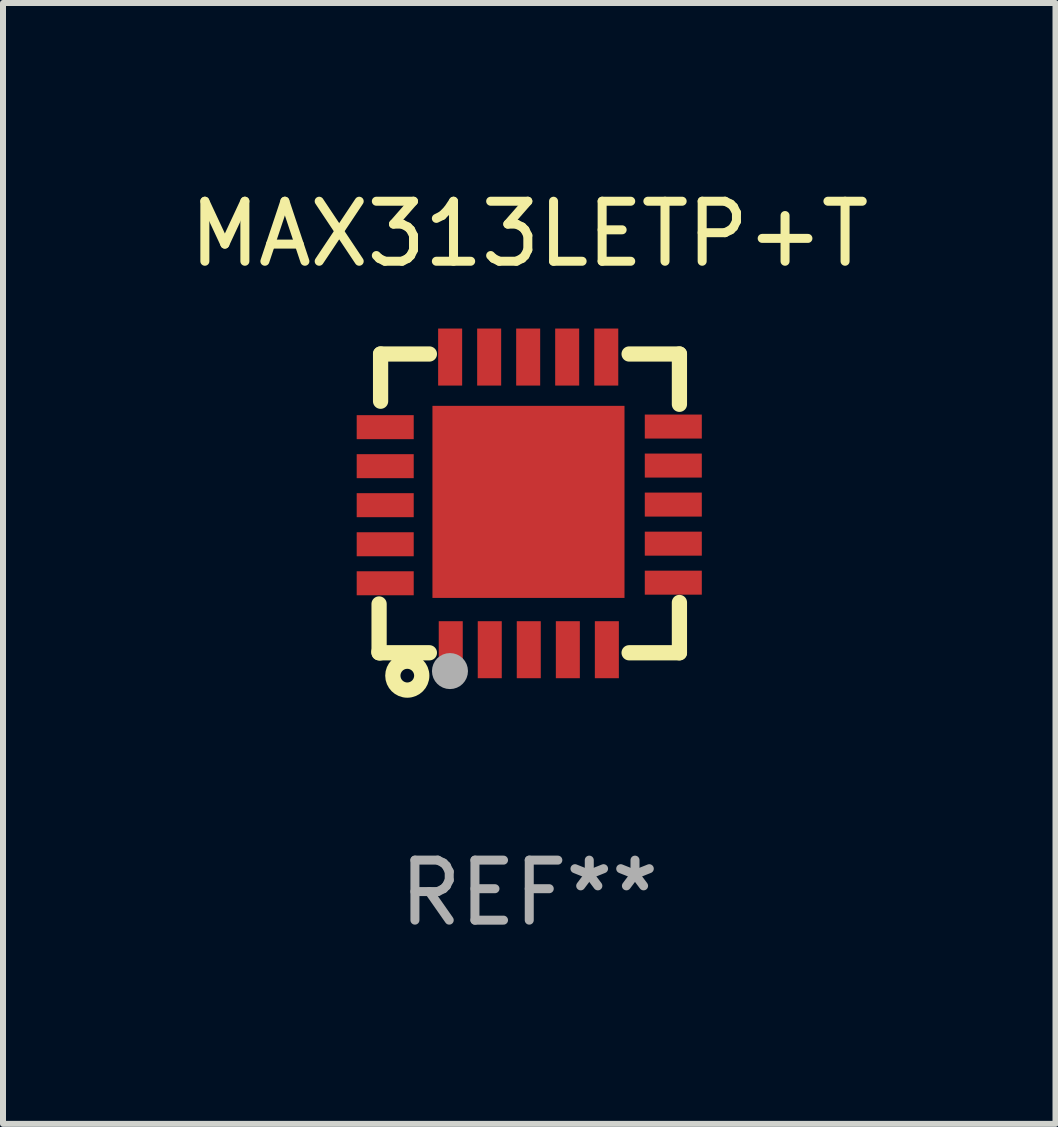
<source format=kicad_pcb>
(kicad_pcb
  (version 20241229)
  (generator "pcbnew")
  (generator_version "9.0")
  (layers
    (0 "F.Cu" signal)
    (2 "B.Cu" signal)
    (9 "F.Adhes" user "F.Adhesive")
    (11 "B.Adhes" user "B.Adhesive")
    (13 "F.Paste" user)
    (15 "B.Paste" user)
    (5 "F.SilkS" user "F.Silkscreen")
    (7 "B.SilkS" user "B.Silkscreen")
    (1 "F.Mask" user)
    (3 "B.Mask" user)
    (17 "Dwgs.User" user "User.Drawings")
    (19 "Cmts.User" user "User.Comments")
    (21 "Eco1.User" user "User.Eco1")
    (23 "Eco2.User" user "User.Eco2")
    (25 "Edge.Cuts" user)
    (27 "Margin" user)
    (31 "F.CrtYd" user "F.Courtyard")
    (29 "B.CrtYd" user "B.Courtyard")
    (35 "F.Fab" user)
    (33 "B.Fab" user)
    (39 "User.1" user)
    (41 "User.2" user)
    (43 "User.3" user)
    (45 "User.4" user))
  (footprint "MAX313LETP+T"
    (layer "F.Cu")
    (at 5.768 5.337)
    (property "Reference" "MAX313LETP+T" (at 0 -4.489 0) (layer "F.SilkS") (effects (font (size 1 1) (thickness 0.15))))
    (attr through_hole)
    (fp_line (start -2.502 1.676) (end -2.502 2.464) (stroke (width 0.254) (type solid)) (layer "F.SilkS"))
    (fp_line (start -2.502 2.464) (end -2.502 2.489) (stroke (width 0.254) (type solid)) (layer "F.SilkS"))
    (fp_line (start -2.502 2.489) (end -2.477 2.489) (stroke (width 0.254) (type solid)) (layer "F.SilkS"))
    (fp_line (start -2.477 -2.489) (end -2.477 -1.702) (stroke (width 0.254) (type solid)) (layer "F.SilkS"))
    (fp_line (start -2.477 2.489) (end -1.664 2.489) (stroke (width 0.254) (type solid)) (layer "F.SilkS"))
    (fp_line (start -1.664 -2.489) (end -2.477 -2.489) (stroke (width 0.254) (type solid)) (layer "F.SilkS"))
    (fp_line (start 1.664 -2.489) (end 2.502 -2.489) (stroke (width 0.254) (type solid)) (layer "F.SilkS"))
    (fp_line (start 2.502 -2.489) (end 2.502 -1.651) (stroke (width 0.254) (type solid)) (layer "F.SilkS"))
    (fp_line (start 2.502 1.651) (end 2.502 2.489) (stroke (width 0.254) (type solid)) (layer "F.SilkS"))
    (fp_line (start 2.502 2.489) (end 1.664 2.489) (stroke (width 0.254) (type solid)) (layer "F.SilkS"))
    (fp_circle (center -2.5 2.5) (end -2.47 2.5) (stroke (width 0.06) (type solid)) (fill no) (layer "F.SilkS"))
    (fp_circle (center -2.032 2.87) (end -1.918 2.87) (stroke (width 0.254) (type solid)) (fill no) (layer "F.SilkS"))
    (fp_circle (center -1.321 2.794) (end -1.171 2.794) (stroke (width 0.3) (type solid)) (fill no) (layer "F.Fab"))
    (fp_text user "REF**" (at 0 6.489 0) (layer "F.Fab") (effects (font (size 1 1) (thickness 0.15))))
    (pad "1" smd rect (at -1.308 2.438) (size 0.4 0.95) (layers "F.Cu" "F.Mask" "F.Paste"))
    (pad "2" smd rect (at -0.658 2.438) (size 0.4 0.95) (layers "F.Cu" "F.Mask" "F.Paste"))
    (pad "3" smd rect (at -0.008 2.438) (size 0.4 0.95) (layers "F.Cu" "F.Mask" "F.Paste"))
    (pad "4" smd rect (at 0.643 2.438) (size 0.4 0.95) (layers "F.Cu" "F.Mask" "F.Paste"))
    (pad "5" smd rect (at 1.293 2.438) (size 0.4 0.95) (layers "F.Cu" "F.Mask" "F.Paste"))
    (pad "6" smd rect (at 2.4 1.321) (size 0.95 0.4) (layers "F.Cu" "F.Mask" "F.Paste"))
    (pad "7" smd rect (at 2.4 0.671) (size 0.95 0.4) (layers "F.Cu" "F.Mask" "F.Paste"))
    (pad "8" smd rect (at 2.4 0.02) (size 0.95 0.4) (layers "F.Cu" "F.Mask" "F.Paste"))
    (pad "9" smd rect (at 2.4 -0.63) (size 0.95 0.4) (layers "F.Cu" "F.Mask" "F.Paste"))
    (pad "10" smd rect (at 2.4 -1.28) (size 0.95 0.4) (layers "F.Cu" "F.Mask" "F.Paste"))
    (pad "11" smd rect (at 1.283 -2.438) (size 0.4 0.95) (layers "F.Cu" "F.Mask" "F.Paste"))
    (pad "12" smd rect (at 0.632 -2.438) (size 0.4 0.95) (layers "F.Cu" "F.Mask" "F.Paste"))
    (pad "13" smd rect (at -0.018 -2.438) (size 0.4 0.95) (layers "F.Cu" "F.Mask" "F.Paste"))
    (pad "14" smd rect (at -0.668 -2.438) (size 0.4 0.95) (layers "F.Cu" "F.Mask" "F.Paste"))
    (pad "15" smd rect (at -1.318 -2.438) (size 0.4 0.95) (layers "F.Cu" "F.Mask" "F.Paste"))
    (pad "16" smd rect (at -2.4 -1.27) (size 0.95 0.4) (layers "F.Cu" "F.Mask" "F.Paste"))
    (pad "17" smd rect (at -2.4 -0.62) (size 0.95 0.4) (layers "F.Cu" "F.Mask" "F.Paste"))
    (pad "18" smd rect (at -2.4 0.03) (size 0.95 0.4) (layers "F.Cu" "F.Mask" "F.Paste"))
    (pad "19" smd rect (at -2.4 0.681) (size 0.95 0.4) (layers "F.Cu" "F.Mask" "F.Paste"))
    (pad "20" smd rect (at -2.4 1.331) (size 0.95 0.4) (layers "F.Cu" "F.Mask" "F.Paste"))
    (pad "21" smd rect (at -0.013 -0.025 270) (size 3.2 3.2) (layers "F.Cu" "F.Mask" "F.Paste")))
  (gr_rect
    (start -3 -3)
    (end 14.536 15.675)
    (stroke (width 0.1) (type default))
    (fill no)
    (layer "Edge.Cuts")))
</source>
